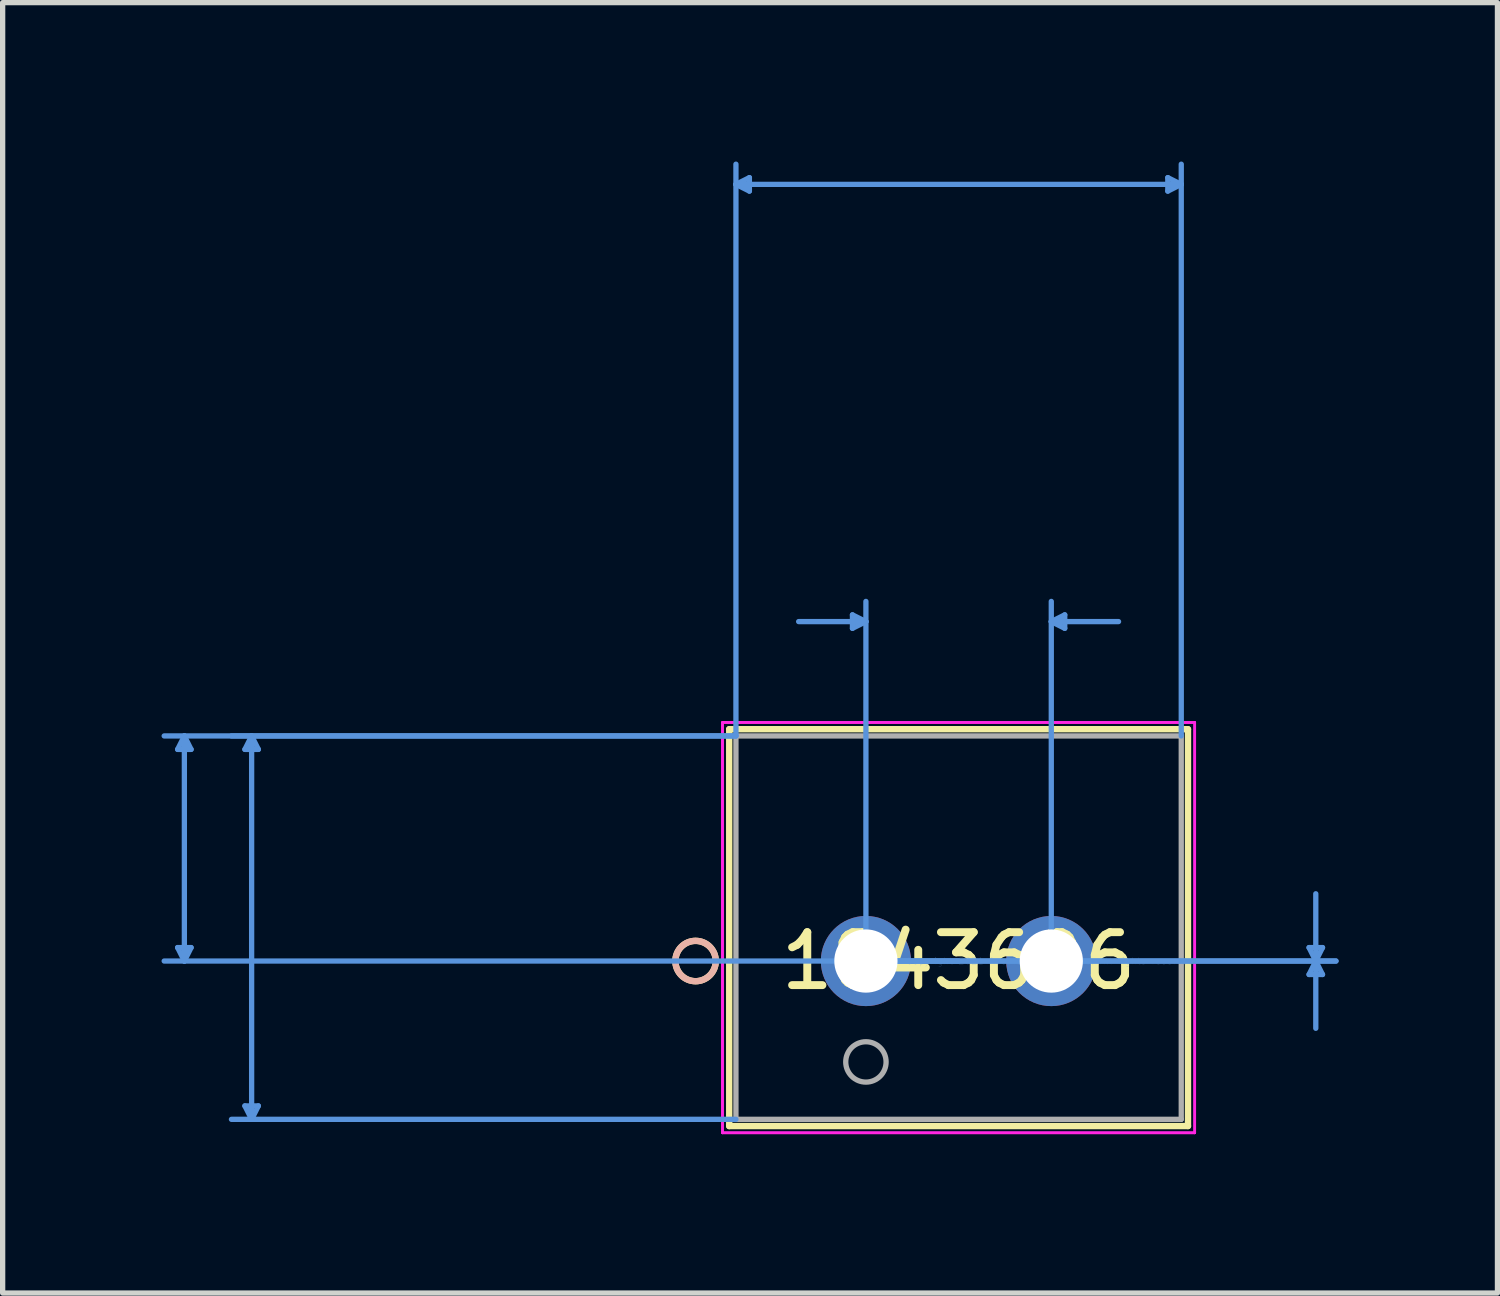
<source format=kicad_pcb>
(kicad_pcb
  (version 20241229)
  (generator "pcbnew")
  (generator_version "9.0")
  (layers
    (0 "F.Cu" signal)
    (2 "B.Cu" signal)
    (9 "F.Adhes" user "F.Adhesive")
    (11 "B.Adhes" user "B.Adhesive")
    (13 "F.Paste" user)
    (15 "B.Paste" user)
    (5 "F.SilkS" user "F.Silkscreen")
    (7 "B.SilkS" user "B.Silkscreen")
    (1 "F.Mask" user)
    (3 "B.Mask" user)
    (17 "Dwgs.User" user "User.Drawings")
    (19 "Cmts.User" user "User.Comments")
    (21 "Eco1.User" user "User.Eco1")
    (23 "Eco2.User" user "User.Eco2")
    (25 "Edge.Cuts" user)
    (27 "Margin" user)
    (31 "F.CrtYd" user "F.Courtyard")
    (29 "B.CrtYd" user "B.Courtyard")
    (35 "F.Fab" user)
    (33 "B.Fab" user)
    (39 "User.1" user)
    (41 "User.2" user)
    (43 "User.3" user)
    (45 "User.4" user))
  (footprint "1843606"
    (layer "F.Cu")
    (at 16.799 15.095)
    (property "Reference" "1843606" (at -1.75 0 0) (layer "F.SilkS") (effects (font (size 1 1) (thickness 0.15))))
    (attr through_hole)
    (fp_line (start -6.081 -4.377) (end -6.081 3.116) (stroke (width 0.12) (type solid)) (layer "F.SilkS"))
    (fp_line (start -6.081 3.116) (end 2.581 3.116) (stroke (width 0.12) (type solid)) (layer "F.SilkS"))
    (fp_line (start 2.581 -4.377) (end -6.081 -4.377) (stroke (width 0.12) (type solid)) (layer "F.SilkS"))
    (fp_line (start 2.581 3.116) (end 2.581 -4.377) (stroke (width 0.12) (type solid)) (layer "F.SilkS"))
    (fp_circle (center -6.716 0) (end -6.335 0) (stroke (width 0.12) (type solid)) (fill no) (layer "F.SilkS"))
    (fp_circle (center -6.716 0) (end -6.335 0) (stroke (width 0.12) (type solid)) (fill no) (layer "B.SilkS"))
    (fp_line (start -16.495 -3.996) (end -16.241 -3.996) (stroke (width 0.1) (type solid)) (layer "Cmts.User"))
    (fp_line (start -16.495 -0.254) (end -16.241 -0.254) (stroke (width 0.1) (type solid)) (layer "Cmts.User"))
    (fp_line (start -16.368 -4.25) (end -16.495 -3.996) (stroke (width 0.1) (type solid)) (layer "Cmts.User"))
    (fp_line (start -16.368 -4.25) (end -16.368 0) (stroke (width 0.1) (type solid)) (layer "Cmts.User"))
    (fp_line (start -16.368 -4.25) (end -16.241 -3.996) (stroke (width 0.1) (type solid)) (layer "Cmts.User"))
    (fp_line (start -16.368 0) (end -16.495 -0.254) (stroke (width 0.1) (type solid)) (layer "Cmts.User"))
    (fp_line (start -16.368 0) (end -16.241 -0.254) (stroke (width 0.1) (type solid)) (layer "Cmts.User"))
    (fp_line (start -15.225 -3.996) (end -14.971 -3.996) (stroke (width 0.1) (type solid)) (layer "Cmts.User"))
    (fp_line (start -15.225 2.735) (end -14.971 2.735) (stroke (width 0.1) (type solid)) (layer "Cmts.User"))
    (fp_line (start -15.098 -4.25) (end -15.225 -3.996) (stroke (width 0.1) (type solid)) (layer "Cmts.User"))
    (fp_line (start -15.098 -4.25) (end -15.098 2.989) (stroke (width 0.1) (type solid)) (layer "Cmts.User"))
    (fp_line (start -15.098 -4.25) (end -14.971 -3.996) (stroke (width 0.1) (type solid)) (layer "Cmts.User"))
    (fp_line (start -15.098 2.989) (end -15.225 2.735) (stroke (width 0.1) (type solid)) (layer "Cmts.User"))
    (fp_line (start -15.098 2.989) (end -14.971 2.735) (stroke (width 0.1) (type solid)) (layer "Cmts.User"))
    (fp_line (start -5.954 -14.664) (end -5.7 -14.791) (stroke (width 0.1) (type solid)) (layer "Cmts.User"))
    (fp_line (start -5.954 -14.664) (end -5.7 -14.537) (stroke (width 0.1) (type solid)) (layer "Cmts.User"))
    (fp_line (start -5.954 -14.664) (end 2.454 -14.664) (stroke (width 0.1) (type solid)) (layer "Cmts.User"))
    (fp_line (start -5.954 -4.25) (end -16.749 -4.25) (stroke (width 0.1) (type solid)) (layer "Cmts.User"))
    (fp_line (start -5.954 -4.25) (end -15.479 -4.25) (stroke (width 0.1) (type solid)) (layer "Cmts.User"))
    (fp_line (start -5.954 -4.25) (end -5.954 -15.045) (stroke (width 0.1) (type solid)) (layer "Cmts.User"))
    (fp_line (start -5.954 2.989) (end -15.479 2.989) (stroke (width 0.1) (type solid)) (layer "Cmts.User"))
    (fp_line (start -5.7 -14.791) (end -5.7 -14.537) (stroke (width 0.1) (type solid)) (layer "Cmts.User"))
    (fp_line (start -3.754 -6.536) (end -3.754 -6.282) (stroke (width 0.1) (type solid)) (layer "Cmts.User"))
    (fp_line (start -3.5 -6.409) (end -4.77 -6.409) (stroke (width 0.1) (type solid)) (layer "Cmts.User"))
    (fp_line (start -3.5 -6.409) (end -3.754 -6.536) (stroke (width 0.1) (type solid)) (layer "Cmts.User"))
    (fp_line (start -3.5 -6.409) (end -3.754 -6.282) (stroke (width 0.1) (type solid)) (layer "Cmts.User"))
    (fp_line (start -3.5 0) (end -3.5 -6.79) (stroke (width 0.1) (type solid)) (layer "Cmts.User"))
    (fp_line (start -3.5 0) (end 5.375 0) (stroke (width 0.1) (type solid)) (layer "Cmts.User"))
    (fp_line (start -3.5 0) (end 5.375 0) (stroke (width 0.1) (type solid)) (layer "Cmts.User"))
    (fp_line (start -1.75 0) (end -16.749 0) (stroke (width 0.1) (type solid)) (layer "Cmts.User"))
    (fp_line (start 0 -6.409) (end 0.254 -6.536) (stroke (width 0.1) (type solid)) (layer "Cmts.User"))
    (fp_line (start 0 -6.409) (end 0.254 -6.282) (stroke (width 0.1) (type solid)) (layer "Cmts.User"))
    (fp_line (start 0 -6.409) (end 1.27 -6.409) (stroke (width 0.1) (type solid)) (layer "Cmts.User"))
    (fp_line (start 0 0) (end 0 -6.79) (stroke (width 0.1) (type solid)) (layer "Cmts.User"))
    (fp_line (start 0.254 -6.536) (end 0.254 -6.282) (stroke (width 0.1) (type solid)) (layer "Cmts.User"))
    (fp_line (start 2.2 -14.791) (end 2.2 -14.537) (stroke (width 0.1) (type solid)) (layer "Cmts.User"))
    (fp_line (start 2.454 -14.664) (end 2.2 -14.791) (stroke (width 0.1) (type solid)) (layer "Cmts.User"))
    (fp_line (start 2.454 -14.664) (end 2.2 -14.537) (stroke (width 0.1) (type solid)) (layer "Cmts.User"))
    (fp_line (start 2.454 -4.25) (end 2.454 -15.045) (stroke (width 0.1) (type solid)) (layer "Cmts.User"))
    (fp_line (start 4.867 -0.254) (end 5.121 -0.254) (stroke (width 0.1) (type solid)) (layer "Cmts.User"))
    (fp_line (start 4.867 0.254) (end 5.121 0.254) (stroke (width 0.1) (type solid)) (layer "Cmts.User"))
    (fp_line (start 4.994 0) (end 4.867 -0.254) (stroke (width 0.1) (type solid)) (layer "Cmts.User"))
    (fp_line (start 4.994 0) (end 4.867 0.254) (stroke (width 0.1) (type solid)) (layer "Cmts.User"))
    (fp_line (start 4.994 0) (end 4.994 -1.27) (stroke (width 0.1) (type solid)) (layer "Cmts.User"))
    (fp_line (start 4.994 0) (end 4.994 1.27) (stroke (width 0.1) (type solid)) (layer "Cmts.User"))
    (fp_line (start 4.994 0) (end 5.121 -0.254) (stroke (width 0.1) (type solid)) (layer "Cmts.User"))
    (fp_line (start 4.994 0) (end 5.121 0.254) (stroke (width 0.1) (type solid)) (layer "Cmts.User"))
    (fp_line (start -6.208 -4.504) (end -6.208 3.243) (stroke (width 0.05) (type solid)) (layer "F.CrtYd"))
    (fp_line (start -6.208 -4.504) (end -6.208 3.243) (stroke (width 0.05) (type solid)) (layer "F.CrtYd"))
    (fp_line (start -6.208 3.243) (end 2.708 3.243) (stroke (width 0.05) (type solid)) (layer "F.CrtYd"))
    (fp_line (start -6.208 3.243) (end 2.708 3.243) (stroke (width 0.05) (type solid)) (layer "F.CrtYd"))
    (fp_line (start 2.708 -4.504) (end -6.208 -4.504) (stroke (width 0.05) (type solid)) (layer "F.CrtYd"))
    (fp_line (start 2.708 -4.504) (end -6.208 -4.504) (stroke (width 0.05) (type solid)) (layer "F.CrtYd"))
    (fp_line (start 2.708 3.243) (end 2.708 -4.504) (stroke (width 0.05) (type solid)) (layer "F.CrtYd"))
    (fp_line (start 2.708 3.243) (end 2.708 -4.504) (stroke (width 0.05) (type solid)) (layer "F.CrtYd"))
    (fp_line (start -5.954 -4.25) (end -5.954 2.989) (stroke (width 0.1) (type solid)) (layer "F.Fab"))
    (fp_line (start -5.954 2.989) (end 2.454 2.989) (stroke (width 0.1) (type solid)) (layer "F.Fab"))
    (fp_line (start 2.454 -4.25) (end -5.954 -4.25) (stroke (width 0.1) (type solid)) (layer "F.Fab"))
    (fp_line (start 2.454 2.989) (end 2.454 -4.25) (stroke (width 0.1) (type solid)) (layer "F.Fab"))
    (fp_circle (center -3.5 1.905) (end -3.119 1.905) (stroke (width 0.1) (type solid)) (fill no) (layer "F.Fab"))
    (fp_text user "*" (at 0 0 0) (layer "F.SilkS") (effects (font (size 1 1) (thickness 0.15))))
    (fp_text user "Copyright 2021 Accelerated Designs. All rights reserved." (at 0 0 0) (layer "Cmts.User") (effects (font (size 0.127 0.127) (thickness 0.002))))
    (fp_text user "*" (at 0 0 0) (layer "F.Fab") (effects (font (size 1 1) (thickness 0.15))))
    (pad "1" thru_hole circle (at -3.5 0) (size 1.702 1.702) (drill 1.194) (layers "*.Cu" "*.Mask"))
    (pad "2" thru_hole circle (at 0.000001 0) (size 1.702 1.702) (drill 1.194) (layers "*.Cu" "*.Mask")))
  (gr_rect
    (start -3 -3)
    (end 25.223 21.363)
    (stroke (width 0.1) (type default))
    (fill no)
    (layer "Edge.Cuts")))
</source>
